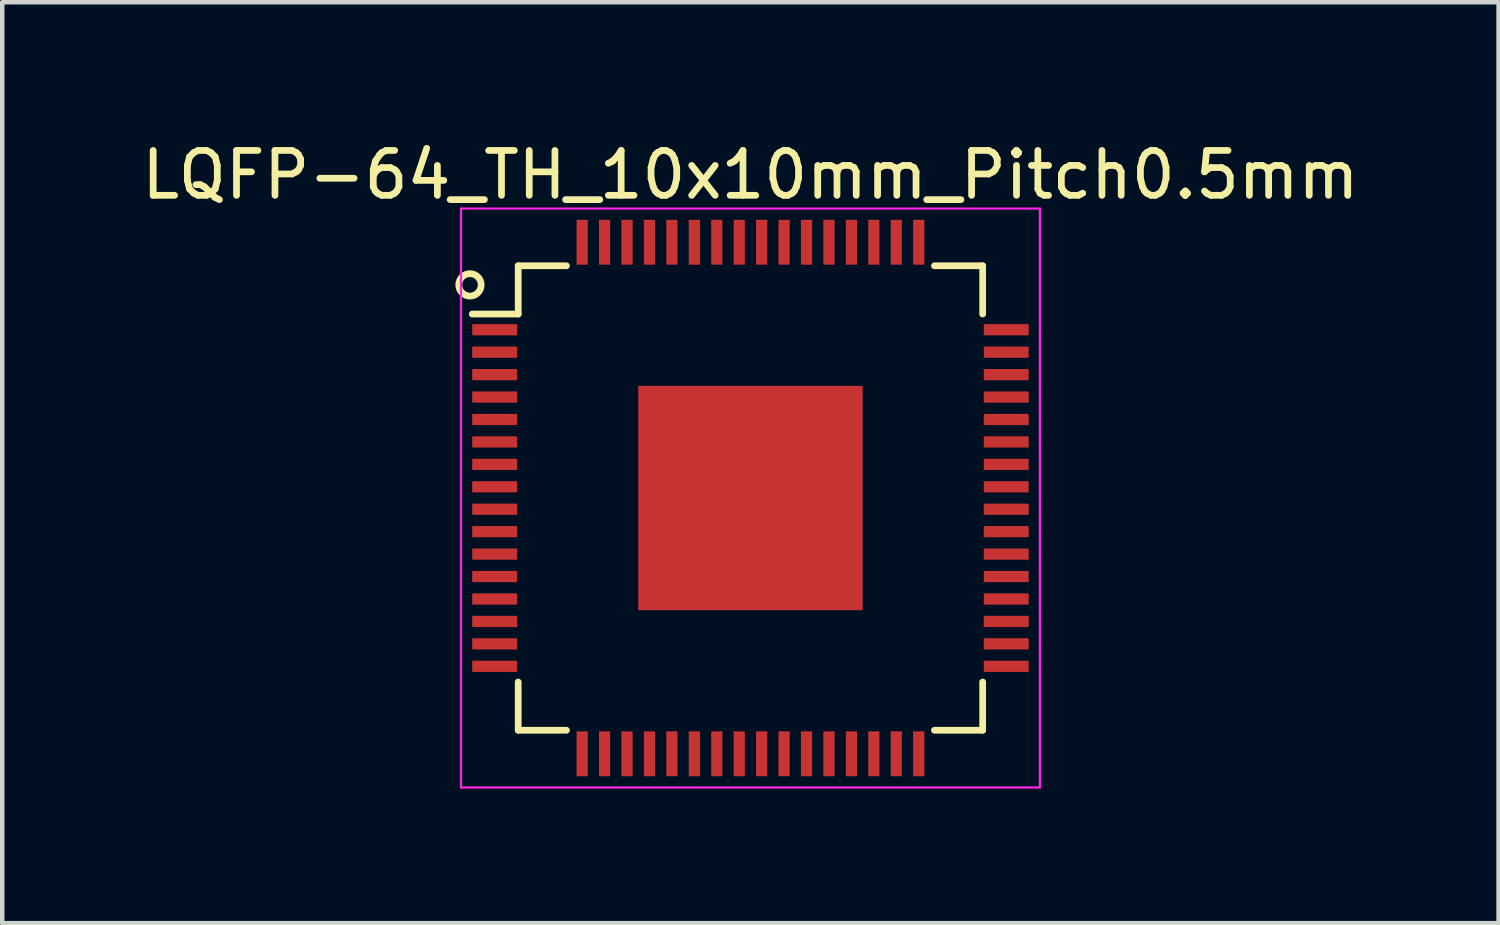
<source format=kicad_pcb>
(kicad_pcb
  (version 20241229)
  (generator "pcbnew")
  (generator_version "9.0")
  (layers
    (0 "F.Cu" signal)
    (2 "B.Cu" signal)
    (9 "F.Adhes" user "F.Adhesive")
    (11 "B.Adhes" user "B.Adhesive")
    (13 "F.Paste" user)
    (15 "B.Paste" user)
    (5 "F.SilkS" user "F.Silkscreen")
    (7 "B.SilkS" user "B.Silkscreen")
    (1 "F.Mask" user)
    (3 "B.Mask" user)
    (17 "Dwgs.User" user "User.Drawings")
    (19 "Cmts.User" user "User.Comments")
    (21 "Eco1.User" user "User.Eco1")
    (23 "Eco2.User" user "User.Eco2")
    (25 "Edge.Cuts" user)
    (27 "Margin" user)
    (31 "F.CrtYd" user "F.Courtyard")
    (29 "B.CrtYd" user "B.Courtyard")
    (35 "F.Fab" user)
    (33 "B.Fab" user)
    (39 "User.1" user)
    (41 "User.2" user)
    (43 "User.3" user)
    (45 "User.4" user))
  (footprint "LQFP-64_TH_10x10mm_Pitch0.5mm"
    (layer "F.Cu")
    (at 13.673 8.048)
    (property "Reference" "LQFP-64_TH_10x10mm_Pitch0.5mm" (at 0 -7.2 0) (layer "F.SilkS") (effects (font (size 1 1) (thickness 0.15))))
    (attr smd)
    (fp_line (start -5.175 -5.175) (end -5.175 -4.1) (stroke (width 0.15) (type solid)) (layer "F.SilkS"))
    (fp_line (start -5.175 -5.175) (end -4.1 -5.175) (stroke (width 0.15) (type solid)) (layer "F.SilkS"))
    (fp_line (start -5.175 -4.1) (end -6.2 -4.1) (stroke (width 0.15) (type solid)) (layer "F.SilkS"))
    (fp_line (start -5.175 5.175) (end -5.175 4.1) (stroke (width 0.15) (type solid)) (layer "F.SilkS"))
    (fp_line (start -5.175 5.175) (end -4.1 5.175) (stroke (width 0.15) (type solid)) (layer "F.SilkS"))
    (fp_line (start 5.175 -5.175) (end 4.1 -5.175) (stroke (width 0.15) (type solid)) (layer "F.SilkS"))
    (fp_line (start 5.175 -5.175) (end 5.175 -4.1) (stroke (width 0.15) (type solid)) (layer "F.SilkS"))
    (fp_line (start 5.175 5.175) (end 4.1 5.175) (stroke (width 0.15) (type solid)) (layer "F.SilkS"))
    (fp_line (start 5.175 5.175) (end 5.175 4.1) (stroke (width 0.15) (type solid)) (layer "F.SilkS"))
    (fp_circle (center -6.25 -4.75) (end -6.25 -5) (stroke (width 0.15) (type solid)) (fill no) (layer "F.SilkS"))
    (fp_line (start -6.45 -6.45) (end -6.45 6.45) (stroke (width 0.05) (type solid)) (layer "F.CrtYd"))
    (fp_line (start -6.45 -6.45) (end 6.45 -6.45) (stroke (width 0.05) (type solid)) (layer "F.CrtYd"))
    (fp_line (start -6.45 6.45) (end 6.45 6.45) (stroke (width 0.05) (type solid)) (layer "F.CrtYd"))
    (fp_line (start 6.45 -6.45) (end 6.45 6.45) (stroke (width 0.05) (type solid)) (layer "F.CrtYd"))
    (pad "1" smd rect (at -5.7 -3.75) (size 1 0.25) (layers "F.Cu" "F.Mask" "F.Paste"))
    (pad "2" smd rect (at -5.7 -3.25) (size 1 0.25) (layers "F.Cu" "F.Mask" "F.Paste"))
    (pad "3" smd rect (at -5.7 -2.75) (size 1 0.25) (layers "F.Cu" "F.Mask" "F.Paste"))
    (pad "4" smd rect (at -5.7 -2.25) (size 1 0.25) (layers "F.Cu" "F.Mask" "F.Paste"))
    (pad "5" smd rect (at -5.7 -1.75) (size 1 0.25) (layers "F.Cu" "F.Mask" "F.Paste"))
    (pad "6" smd rect (at -5.7 -1.25) (size 1 0.25) (layers "F.Cu" "F.Mask" "F.Paste"))
    (pad "7" smd rect (at -5.7 -0.75) (size 1 0.25) (layers "F.Cu" "F.Mask" "F.Paste"))
    (pad "8" smd rect (at -5.7 -0.25) (size 1 0.25) (layers "F.Cu" "F.Mask" "F.Paste"))
    (pad "9" smd rect (at -5.7 0.25) (size 1 0.25) (layers "F.Cu" "F.Mask" "F.Paste"))
    (pad "10" smd rect (at -5.7 0.75) (size 1 0.25) (layers "F.Cu" "F.Mask" "F.Paste"))
    (pad "11" smd rect (at -5.7 1.25) (size 1 0.25) (layers "F.Cu" "F.Mask" "F.Paste"))
    (pad "12" smd rect (at -5.7 1.75) (size 1 0.25) (layers "F.Cu" "F.Mask" "F.Paste"))
    (pad "13" smd rect (at -5.7 2.25) (size 1 0.25) (layers "F.Cu" "F.Mask" "F.Paste"))
    (pad "14" smd rect (at -5.7 2.75) (size 1 0.25) (layers "F.Cu" "F.Mask" "F.Paste"))
    (pad "15" smd rect (at -5.7 3.25) (size 1 0.25) (layers "F.Cu" "F.Mask" "F.Paste"))
    (pad "16" smd rect (at -5.7 3.75) (size 1 0.25) (layers "F.Cu" "F.Mask" "F.Paste"))
    (pad "17" smd rect (at -3.75 5.7 90) (size 1 0.25) (layers "F.Cu" "F.Mask" "F.Paste"))
    (pad "18" smd rect (at -3.25 5.7 90) (size 1 0.25) (layers "F.Cu" "F.Mask" "F.Paste"))
    (pad "19" smd rect (at -2.75 5.7 90) (size 1 0.25) (layers "F.Cu" "F.Mask" "F.Paste"))
    (pad "20" smd rect (at -2.25 5.7 90) (size 1 0.25) (layers "F.Cu" "F.Mask" "F.Paste"))
    (pad "21" smd rect (at -1.75 5.7 90) (size 1 0.25) (layers "F.Cu" "F.Mask" "F.Paste"))
    (pad "22" smd rect (at -1.25 5.7 90) (size 1 0.25) (layers "F.Cu" "F.Mask" "F.Paste"))
    (pad "23" smd rect (at -0.75 5.7 90) (size 1 0.25) (layers "F.Cu" "F.Mask" "F.Paste"))
    (pad "24" smd rect (at -0.25 5.7 90) (size 1 0.25) (layers "F.Cu" "F.Mask" "F.Paste"))
    (pad "25" smd rect (at 0.25 5.7 90) (size 1 0.25) (layers "F.Cu" "F.Mask" "F.Paste"))
    (pad "26" smd rect (at 0.75 5.7 90) (size 1 0.25) (layers "F.Cu" "F.Mask" "F.Paste"))
    (pad "27" smd rect (at 1.25 5.7 90) (size 1 0.25) (layers "F.Cu" "F.Mask" "F.Paste"))
    (pad "28" smd rect (at 1.75 5.7 90) (size 1 0.25) (layers "F.Cu" "F.Mask" "F.Paste"))
    (pad "29" smd rect (at 2.25 5.7 90) (size 1 0.25) (layers "F.Cu" "F.Mask" "F.Paste"))
    (pad "30" smd rect (at 2.75 5.7 90) (size 1 0.25) (layers "F.Cu" "F.Mask" "F.Paste"))
    (pad "31" smd rect (at 3.25 5.7 90) (size 1 0.25) (layers "F.Cu" "F.Mask" "F.Paste"))
    (pad "32" smd rect (at 3.75 5.7 90) (size 1 0.25) (layers "F.Cu" "F.Mask" "F.Paste"))
    (pad "33" smd rect (at 5.7 3.75) (size 1 0.25) (layers "F.Cu" "F.Mask" "F.Paste"))
    (pad "34" smd rect (at 5.7 3.25) (size 1 0.25) (layers "F.Cu" "F.Mask" "F.Paste"))
    (pad "35" smd rect (at 5.7 2.75) (size 1 0.25) (layers "F.Cu" "F.Mask" "F.Paste"))
    (pad "36" smd rect (at 5.7 2.25) (size 1 0.25) (layers "F.Cu" "F.Mask" "F.Paste"))
    (pad "37" smd rect (at 5.7 1.75) (size 1 0.25) (layers "F.Cu" "F.Mask" "F.Paste"))
    (pad "38" smd rect (at 5.7 1.25) (size 1 0.25) (layers "F.Cu" "F.Mask" "F.Paste"))
    (pad "39" smd rect (at 5.7 0.75) (size 1 0.25) (layers "F.Cu" "F.Mask" "F.Paste"))
    (pad "40" smd rect (at 5.7 0.25) (size 1 0.25) (layers "F.Cu" "F.Mask" "F.Paste"))
    (pad "41" smd rect (at 5.7 -0.25) (size 1 0.25) (layers "F.Cu" "F.Mask" "F.Paste"))
    (pad "42" smd rect (at 5.7 -0.75) (size 1 0.25) (layers "F.Cu" "F.Mask" "F.Paste"))
    (pad "43" smd rect (at 5.7 -1.25) (size 1 0.25) (layers "F.Cu" "F.Mask" "F.Paste"))
    (pad "44" smd rect (at 5.7 -1.75) (size 1 0.25) (layers "F.Cu" "F.Mask" "F.Paste"))
    (pad "45" smd rect (at 5.7 -2.25) (size 1 0.25) (layers "F.Cu" "F.Mask" "F.Paste"))
    (pad "46" smd rect (at 5.7 -2.75) (size 1 0.25) (layers "F.Cu" "F.Mask" "F.Paste"))
    (pad "47" smd rect (at 5.7 -3.25) (size 1 0.25) (layers "F.Cu" "F.Mask" "F.Paste"))
    (pad "48" smd rect (at 5.7 -3.75) (size 1 0.25) (layers "F.Cu" "F.Mask" "F.Paste"))
    (pad "49" smd rect (at 3.75 -5.7 90) (size 1 0.25) (layers "F.Cu" "F.Mask" "F.Paste"))
    (pad "50" smd rect (at 3.25 -5.7 90) (size 1 0.25) (layers "F.Cu" "F.Mask" "F.Paste"))
    (pad "51" smd rect (at 2.75 -5.7 90) (size 1 0.25) (layers "F.Cu" "F.Mask" "F.Paste"))
    (pad "52" smd rect (at 2.25 -5.7 90) (size 1 0.25) (layers "F.Cu" "F.Mask" "F.Paste"))
    (pad "53" smd rect (at 1.75 -5.7 90) (size 1 0.25) (layers "F.Cu" "F.Mask" "F.Paste"))
    (pad "54" smd rect (at 1.25 -5.7 90) (size 1 0.25) (layers "F.Cu" "F.Mask" "F.Paste"))
    (pad "55" smd rect (at 0.75 -5.7 90) (size 1 0.25) (layers "F.Cu" "F.Mask" "F.Paste"))
    (pad "56" smd rect (at 0.25 -5.7 90) (size 1 0.25) (layers "F.Cu" "F.Mask" "F.Paste"))
    (pad "57" smd rect (at -0.25 -5.7 90) (size 1 0.25) (layers "F.Cu" "F.Mask" "F.Paste"))
    (pad "58" smd rect (at -0.75 -5.7 90) (size 1 0.25) (layers "F.Cu" "F.Mask" "F.Paste"))
    (pad "59" smd rect (at -1.25 -5.7 90) (size 1 0.25) (layers "F.Cu" "F.Mask" "F.Paste"))
    (pad "60" smd rect (at -1.75 -5.7 90) (size 1 0.25) (layers "F.Cu" "F.Mask" "F.Paste"))
    (pad "61" smd rect (at -2.25 -5.7 90) (size 1 0.25) (layers "F.Cu" "F.Mask" "F.Paste"))
    (pad "62" smd rect (at -2.75 -5.7 90) (size 1 0.25) (layers "F.Cu" "F.Mask" "F.Paste"))
    (pad "63" smd rect (at -3.25 -5.7 90) (size 1 0.25) (layers "F.Cu" "F.Mask" "F.Paste"))
    (pad "64" smd rect (at -3.75 -5.7 90) (size 1 0.25) (layers "F.Cu" "F.Mask" "F.Paste"))
    (pad "65" smd rect (at 0 0) (size 5 5) (layers "F.Cu" "F.Mask" "F.Paste")))
  (gr_rect
    (start -3 -3)
    (end 30.345 17.523)
    (stroke (width 0.1) (type default))
    (fill no)
    (layer "Edge.Cuts")))
</source>
